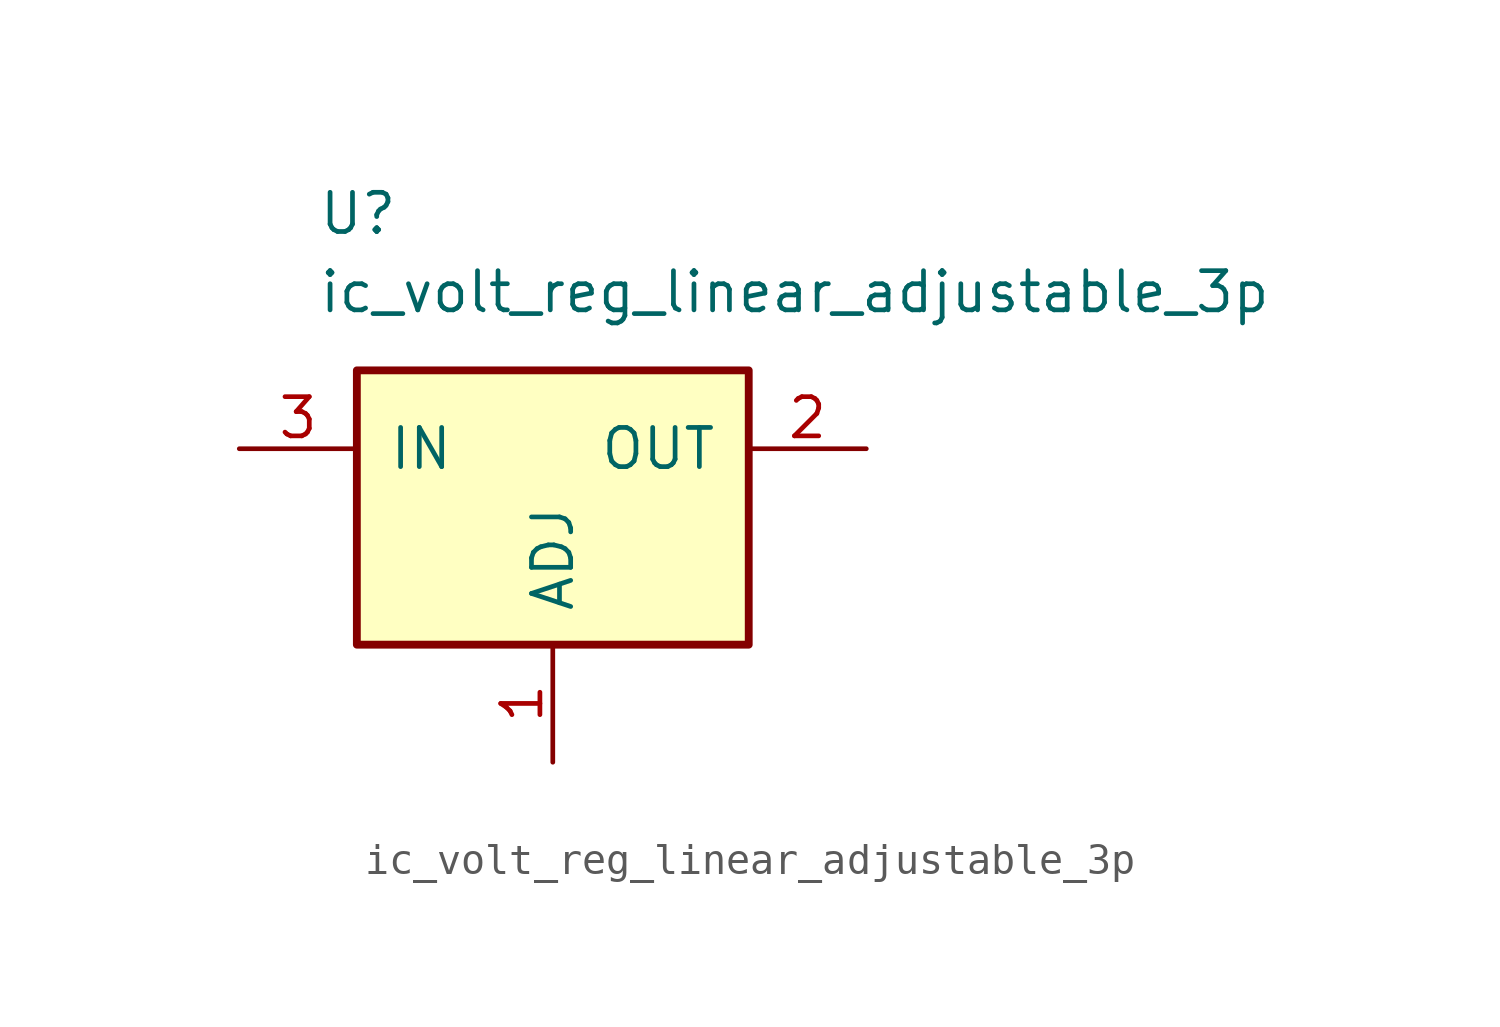
<source format=kicad_sym>
(kicad_symbol_lib
  (version 20241209)
  (generator "kicad_symbol_editor")
  (generator_version "9.0")
  (symbol "ic_volt_reg_linear_adjustable_3p"
    (pin_names
      (offset 1.016))
    (property "Reference" "U"
      (at 2.54 7.62 0)
      (effects (font (size 1.27 1.27)) (justify left)))
    (property "Value" "ic_volt_reg_linear_adjustable_3p"
      (at 2.54 5.08 0)
      (effects (font (size 1.27 1.27)) (justify left)))
    (symbol "ic_volt_reg_linear_adjustable_3p_0_1"
      (rectangle (start 3.81 2.54) (end 16.51 -6.35) (stroke (width 0.254) (type default)) (fill (type background))))
    (symbol "ic_volt_reg_linear_adjustable_3p_1_1"
      (pin input line (at 0 0 0) (length 3.81) (name "IN" (effects (font (size 1.27 1.27)))) (number "3" (effects (font (size 1.27 1.27)))))
      (pin passive line (at 10.16 -10.16 90) (length 3.81) (name "ADJ" (effects (font (size 1.27 1.27)))) (number "1" (effects (font (size 1.27 1.27)))))
      (pin output line (at 20.32 0 180) (length 3.81) (name "OUT" (effects (font (size 1.27 1.27)))) (number "2" (effects (font (size 1.27 1.27))))))))
</source>
